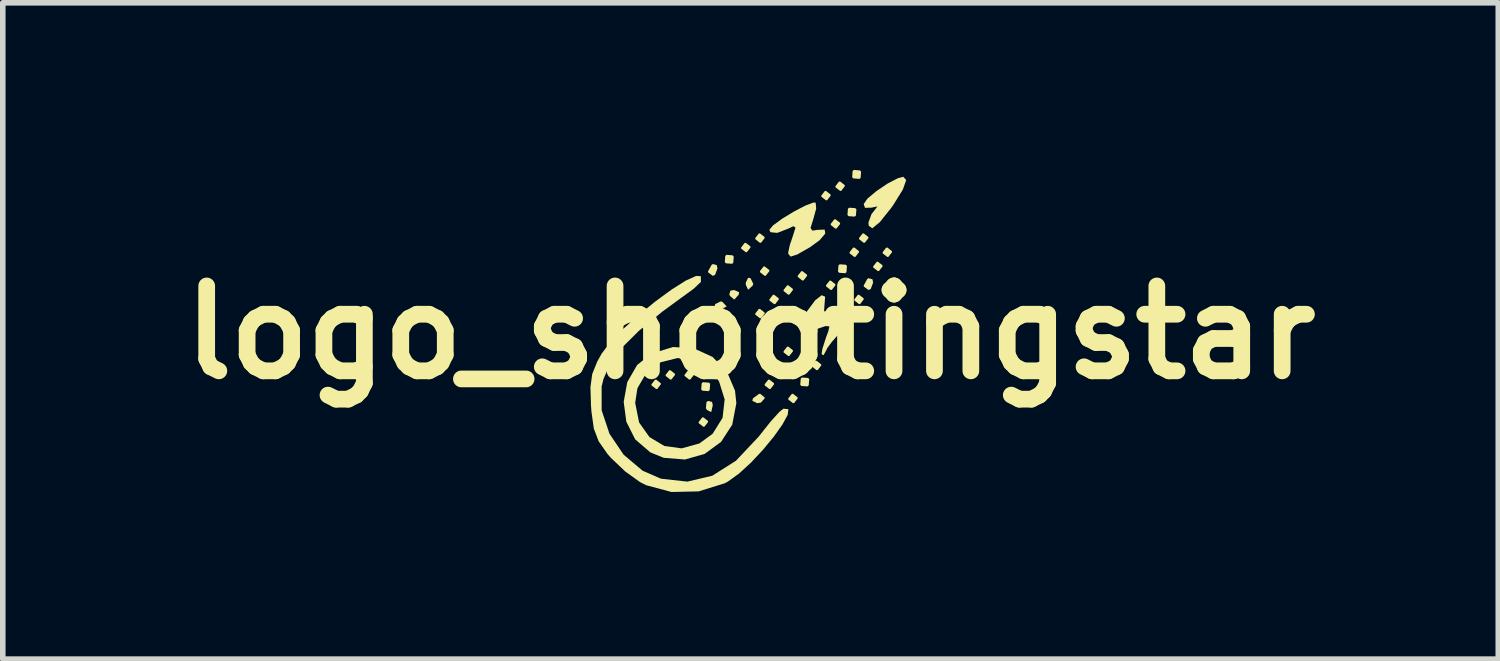
<source format=kicad_pcb>
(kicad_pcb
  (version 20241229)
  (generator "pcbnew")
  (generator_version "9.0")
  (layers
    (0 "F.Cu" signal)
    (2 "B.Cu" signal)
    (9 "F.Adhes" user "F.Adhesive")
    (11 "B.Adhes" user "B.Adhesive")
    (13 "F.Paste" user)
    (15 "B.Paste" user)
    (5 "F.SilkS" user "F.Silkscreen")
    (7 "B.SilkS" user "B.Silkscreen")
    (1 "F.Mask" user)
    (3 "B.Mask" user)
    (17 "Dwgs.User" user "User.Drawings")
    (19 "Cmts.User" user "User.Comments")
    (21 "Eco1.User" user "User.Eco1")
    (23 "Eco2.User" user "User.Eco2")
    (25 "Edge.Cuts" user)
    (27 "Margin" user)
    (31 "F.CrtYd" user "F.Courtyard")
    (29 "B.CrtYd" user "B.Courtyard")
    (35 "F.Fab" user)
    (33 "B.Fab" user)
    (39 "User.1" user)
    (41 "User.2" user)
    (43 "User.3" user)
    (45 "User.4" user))
  (footprint "logo_shootingstar"
    (layer "F.Cu")
    (at 10.421 2.917)
    (property "Reference" "logo_shootingstar" (at 0 0 0) (layer "F.SilkS") (effects (font (size 1.524 1.524) (thickness 0.3))))
    (attr board_only exclude_from_pos_files exclude_from_bom)
    (fp_poly (pts (xy -0.774 -0.362) (xy -0.762 -0.301) (xy -0.79 -0.179) (xy -0.863 -0.216) (xy -0.885 -0.248) (xy -0.875 -0.357) (xy -0.848 -0.38)) (stroke (width 0) (type solid)) (fill yes) (layer "F.SilkS"))
    (fp_poly (pts (xy -0.69 1.247) (xy -0.677 1.307) (xy -0.705 1.43) (xy -0.779 1.393) (xy -0.801 1.361) (xy -0.79 1.252) (xy -0.763 1.229)) (stroke (width 0) (type solid)) (fill yes) (layer "F.SilkS"))
    (fp_poly (pts (xy -0.502 -0.547) (xy -0.427 -0.465) (xy -0.513 -0.425) (xy -0.555 -0.423) (xy -0.643 -0.465) (xy -0.634 -0.509) (xy -0.533 -0.558)) (stroke (width 0) (type solid)) (fill yes) (layer "F.SilkS"))
    (fp_poly (pts (xy 0.001 -0.973) (xy 0.05 -0.871) (xy 0.039 -0.841) (xy -0.043 -0.766) (xy -0.083 -0.851) (xy -0.085 -0.894) (xy -0.043 -0.981)) (stroke (width 0) (type solid)) (fill yes) (layer "F.SilkS"))
    (fp_poly (pts (xy -1.611 0.911) (xy -1.609 0.931) (xy -1.673 1.014) (xy -1.693 1.016) (xy -1.776 0.952) (xy -1.778 0.931) (xy -1.714 0.849) (xy -1.693 0.847)) (stroke (width 0) (type solid)) (fill yes) (layer "F.SilkS"))
    (fp_poly (pts (xy -1.357 0.742) (xy -1.355 0.762) (xy -1.419 0.844) (xy -1.439 0.847) (xy -1.522 0.782) (xy -1.524 0.762) (xy -1.46 0.68) (xy -1.439 0.677)) (stroke (width 0) (type solid)) (fill yes) (layer "F.SilkS"))
    (fp_poly (pts (xy -1.018 -0.105) (xy -1.016 -0.085) (xy -1.08 -0.002) (xy -1.101 0) (xy -1.183 -0.064) (xy -1.185 -0.085) (xy -1.121 -0.167) (xy -1.101 -0.169)) (stroke (width 0) (type solid)) (fill yes) (layer "F.SilkS"))
    (fp_poly (pts (xy -1.018 0.742) (xy -1.016 0.762) (xy -1.08 0.844) (xy -1.101 0.847) (xy -1.183 0.782) (xy -1.185 0.762) (xy -1.121 0.68) (xy -1.101 0.677)) (stroke (width 0) (type solid)) (fill yes) (layer "F.SilkS"))
    (fp_poly (pts (xy -0.764 1.588) (xy -0.762 1.609) (xy -0.826 1.691) (xy -0.847 1.693) (xy -0.929 1.629) (xy -0.931 1.609) (xy -0.867 1.526) (xy -0.847 1.524)) (stroke (width 0) (type solid)) (fill yes) (layer "F.SilkS"))
    (fp_poly (pts (xy -0.743 0.902) (xy -0.724 0.924) (xy -0.733 1.035) (xy -0.755 1.054) (xy -0.865 1.045) (xy -0.885 1.023) (xy -0.876 0.913) (xy -0.854 0.893)) (stroke (width 0) (type solid)) (fill yes) (layer "F.SilkS"))
    (fp_poly (pts (xy -0.605 -1.208) (xy -0.593 -1.148) (xy -0.637 -1.032) (xy -0.677 -1.016) (xy -0.76 -1.077) (xy -0.762 -1.096) (xy -0.7 -1.21) (xy -0.677 -1.228)) (stroke (width 0) (type solid)) (fill yes) (layer "F.SilkS"))
    (fp_poly (pts (xy -0.32 -1.384) (xy -0.301 -1.362) (xy -0.309 -1.251) (xy -0.331 -1.232) (xy -0.442 -1.241) (xy -0.461 -1.263) (xy -0.453 -1.373) (xy -0.431 -1.393)) (stroke (width 0) (type solid)) (fill yes) (layer "F.SilkS"))
    (fp_poly (pts (xy -0.205 -0.722) (xy -0.212 -0.677) (xy -0.284 -0.597) (xy -0.296 -0.593) (xy -0.364 -0.652) (xy -0.381 -0.677) (xy -0.361 -0.749) (xy -0.296 -0.762)) (stroke (width 0) (type solid)) (fill yes) (layer "F.SilkS"))
    (fp_poly (pts (xy -0.002 -1.544) (xy 0 -1.524) (xy -0.064 -1.442) (xy -0.085 -1.439) (xy -0.167 -1.504) (xy -0.169 -1.524) (xy -0.105 -1.606) (xy -0.085 -1.609)) (stroke (width 0) (type solid)) (fill yes) (layer "F.SilkS"))
    (fp_poly (pts (xy 0.252 -1.714) (xy 0.254 -1.693) (xy 0.19 -1.611) (xy 0.169 -1.609) (xy 0.087 -1.673) (xy 0.085 -1.693) (xy 0.149 -1.776) (xy 0.169 -1.778)) (stroke (width 0) (type solid)) (fill yes) (layer "F.SilkS"))
    (fp_poly (pts (xy 0.252 -0.359) (xy 0.254 -0.339) (xy 0.19 -0.256) (xy 0.169 -0.254) (xy 0.087 -0.318) (xy 0.085 -0.339) (xy 0.149 -0.421) (xy 0.169 -0.423)) (stroke (width 0) (type solid)) (fill yes) (layer "F.SilkS"))
    (fp_poly (pts (xy 0.252 1.165) (xy 0.254 1.185) (xy 0.185 1.26) (xy 0.122 1.27) (xy 0.034 1.229) (xy 0.042 1.185) (xy 0.151 1.104) (xy 0.174 1.101)) (stroke (width 0) (type solid)) (fill yes) (layer "F.SilkS"))
    (fp_poly (pts (xy 0.336 -1.121) (xy 0.339 -1.101) (xy 0.274 -1.018) (xy 0.254 -1.016) (xy 0.172 -1.08) (xy 0.169 -1.101) (xy 0.234 -1.183) (xy 0.254 -1.185)) (stroke (width 0) (type solid)) (fill yes) (layer "F.SilkS"))
    (fp_poly (pts (xy 0.421 0.911) (xy 0.423 0.931) (xy 0.359 1.014) (xy 0.339 1.016) (xy 0.256 0.952) (xy 0.254 0.931) (xy 0.318 0.849) (xy 0.339 0.847)) (stroke (width 0) (type solid)) (fill yes) (layer "F.SilkS"))
    (fp_poly (pts (xy 0.506 -0.613) (xy 0.508 -0.593) (xy 0.444 -0.51) (xy 0.423 -0.508) (xy 0.341 -0.572) (xy 0.339 -0.593) (xy 0.403 -0.675) (xy 0.423 -0.677)) (stroke (width 0) (type solid)) (fill yes) (layer "F.SilkS"))
    (fp_poly (pts (xy 0.59 0.572) (xy 0.593 0.593) (xy 0.528 0.675) (xy 0.508 0.677) (xy 0.426 0.613) (xy 0.423 0.593) (xy 0.488 0.51) (xy 0.508 0.508)) (stroke (width 0) (type solid)) (fill yes) (layer "F.SilkS"))
    (fp_poly (pts (xy 0.76 -0.782) (xy 0.762 -0.762) (xy 0.698 -0.68) (xy 0.677 -0.677) (xy 0.595 -0.742) (xy 0.593 -0.762) (xy 0.657 -0.844) (xy 0.677 -0.847)) (stroke (width 0) (type solid)) (fill yes) (layer "F.SilkS"))
    (fp_poly (pts (xy 0.76 0.318) (xy 0.762 0.339) (xy 0.698 0.421) (xy 0.677 0.423) (xy 0.595 0.359) (xy 0.593 0.339) (xy 0.657 0.256) (xy 0.677 0.254)) (stroke (width 0) (type solid)) (fill yes) (layer "F.SilkS"))
    (fp_poly (pts (xy 0.844 1.165) (xy 0.847 1.185) (xy 0.782 1.268) (xy 0.762 1.27) (xy 0.68 1.206) (xy 0.677 1.185) (xy 0.742 1.103) (xy 0.762 1.101)) (stroke (width 0) (type solid)) (fill yes) (layer "F.SilkS"))
    (fp_poly (pts (xy 1.014 -1.036) (xy 1.016 -1.016) (xy 0.952 -0.934) (xy 0.931 -0.931) (xy 0.849 -0.996) (xy 0.847 -1.016) (xy 0.911 -1.098) (xy 0.931 -1.101)) (stroke (width 0) (type solid)) (fill yes) (layer "F.SilkS"))
    (fp_poly (pts (xy 1.035 0.817) (xy 1.054 0.839) (xy 1.045 0.95) (xy 1.023 0.969) (xy 0.913 0.961) (xy 0.893 0.939) (xy 0.902 0.828) (xy 0.924 0.809)) (stroke (width 0) (type solid)) (fill yes) (layer "F.SilkS"))
    (fp_poly (pts (xy 1.268 0.572) (xy 1.27 0.593) (xy 1.206 0.675) (xy 1.185 0.677) (xy 1.103 0.613) (xy 1.101 0.593) (xy 1.165 0.51) (xy 1.185 0.508)) (stroke (width 0) (type solid)) (fill yes) (layer "F.SilkS"))
    (fp_poly (pts (xy 1.437 -2.476) (xy 1.439 -2.455) (xy 1.375 -2.373) (xy 1.355 -2.371) (xy 1.272 -2.435) (xy 1.27 -2.455) (xy 1.334 -2.538) (xy 1.355 -2.54)) (stroke (width 0) (type solid)) (fill yes) (layer "F.SilkS"))
    (fp_poly (pts (xy 1.522 -0.867) (xy 1.524 -0.847) (xy 1.46 -0.764) (xy 1.439 -0.762) (xy 1.357 -0.826) (xy 1.355 -0.847) (xy 1.419 -0.929) (xy 1.439 -0.931)) (stroke (width 0) (type solid)) (fill yes) (layer "F.SilkS"))
    (fp_poly (pts (xy 1.606 -1.968) (xy 1.609 -1.947) (xy 1.544 -1.865) (xy 1.524 -1.863) (xy 1.442 -1.927) (xy 1.439 -1.947) (xy 1.504 -2.03) (xy 1.524 -2.032)) (stroke (width 0) (type solid)) (fill yes) (layer "F.SilkS"))
    (fp_poly (pts (xy 1.691 -2.645) (xy 1.693 -2.625) (xy 1.629 -2.542) (xy 1.609 -2.54) (xy 1.526 -2.604) (xy 1.524 -2.625) (xy 1.588 -2.707) (xy 1.609 -2.709)) (stroke (width 0) (type solid)) (fill yes) (layer "F.SilkS"))
    (fp_poly (pts (xy 1.712 -1.215) (xy 1.731 -1.193) (xy 1.723 -1.082) (xy 1.701 -1.063) (xy 1.59 -1.071) (xy 1.571 -1.093) (xy 1.579 -1.204) (xy 1.601 -1.223)) (stroke (width 0) (type solid)) (fill yes) (layer "F.SilkS"))
    (fp_poly (pts (xy 1.881 -2.231) (xy 1.901 -2.209) (xy 1.892 -2.098) (xy 1.87 -2.079) (xy 1.759 -2.087) (xy 1.74 -2.109) (xy 1.749 -2.22) (xy 1.771 -2.239)) (stroke (width 0) (type solid)) (fill yes) (layer "F.SilkS"))
    (fp_poly (pts (xy 1.945 -1.46) (xy 1.947 -1.439) (xy 1.883 -1.357) (xy 1.863 -1.355) (xy 1.78 -1.419) (xy 1.778 -1.439) (xy 1.842 -1.522) (xy 1.863 -1.524)) (stroke (width 0) (type solid)) (fill yes) (layer "F.SilkS"))
    (fp_poly (pts (xy 1.966 -2.908) (xy 1.985 -2.886) (xy 1.977 -2.775) (xy 1.955 -2.756) (xy 1.844 -2.765) (xy 1.825 -2.787) (xy 1.833 -2.897) (xy 1.855 -2.917)) (stroke (width 0) (type solid)) (fill yes) (layer "F.SilkS"))
    (fp_poly (pts (xy 2.03 -0.613) (xy 2.032 -0.593) (xy 1.968 -0.51) (xy 1.947 -0.508) (xy 1.865 -0.572) (xy 1.863 -0.593) (xy 1.927 -0.675) (xy 1.947 -0.677)) (stroke (width 0) (type solid)) (fill yes) (layer "F.SilkS"))
    (fp_poly (pts (xy 2.114 -1.714) (xy 2.117 -1.693) (xy 2.052 -1.611) (xy 2.032 -1.609) (xy 1.95 -1.673) (xy 1.947 -1.693) (xy 2.012 -1.776) (xy 2.032 -1.778)) (stroke (width 0) (type solid)) (fill yes) (layer "F.SilkS"))
    (fp_poly (pts (xy 2.189 -0.954) (xy 2.201 -0.894) (xy 2.157 -0.778) (xy 2.117 -0.762) (xy 2.034 -0.823) (xy 2.032 -0.842) (xy 2.094 -0.956) (xy 2.117 -0.974)) (stroke (width 0) (type solid)) (fill yes) (layer "F.SilkS"))
    (fp_poly (pts (xy 2.368 -1.206) (xy 2.371 -1.185) (xy 2.306 -1.103) (xy 2.286 -1.101) (xy 2.204 -1.165) (xy 2.201 -1.185) (xy 2.266 -1.268) (xy 2.286 -1.27)) (stroke (width 0) (type solid)) (fill yes) (layer "F.SilkS"))
    (fp_poly (pts (xy 2.538 -1.46) (xy 2.54 -1.439) (xy 2.476 -1.357) (xy 2.455 -1.355) (xy 2.373 -1.419) (xy 2.371 -1.439) (xy 2.435 -1.522) (xy 2.455 -1.524)) (stroke (width 0) (type solid)) (fill yes) (layer "F.SilkS"))
    (fp_poly (pts (xy 2.795 -2.735) (xy 2.734 -2.564) (xy 2.565 -2.291) (xy 2.526 -2.236) (xy 2.32 -1.978) (xy 2.186 -1.87) (xy 2.122 -1.915) (xy 2.117 -1.973) (xy 2.172 -2.125) (xy 2.223 -2.189) (xy 2.278 -2.262) (xy 2.195 -2.245) (xy 2.18 -2.24) (xy 2.055 -2.237) (xy 2.032 -2.304) (xy 2.098 -2.401) (xy 2.26 -2.537) (xy 2.462 -2.673) (xy 2.649 -2.77) (xy 2.742 -2.794)) (stroke (width 0) (type solid)) (fill yes) (layer "F.SilkS"))
    (fp_poly (pts (xy 1.17 -2.329) (xy 1.179 -2.223) (xy 1.129 -2.04) (xy 1.078 -1.876) (xy 1.111 -1.827) (xy 1.197 -1.841) (xy 1.331 -1.846) (xy 1.342 -1.775) (xy 1.239 -1.654) (xy 1.07 -1.531) (xy 0.841 -1.4) (xy 0.72 -1.361) (xy 0.679 -1.409) (xy 0.677 -1.434) (xy 0.705 -1.566) (xy 0.761 -1.732) (xy 0.808 -1.882) (xy 0.77 -1.907) (xy 0.682 -1.865) (xy 0.48 -1.787) (xy 0.358 -1.799) (xy 0.339 -1.842) (xy 0.405 -1.922) (xy 0.568 -2.041) (xy 0.778 -2.169) (xy 0.983 -2.276) (xy 1.131 -2.332)) (stroke (width 0) (type solid)) (fill yes) (layer "F.SilkS"))
    (fp_poly (pts (xy 1.34 -0.642) (xy 1.329 -0.505) (xy 1.32 -0.381) (xy 1.416 -0.373) (xy 1.468 -0.387) (xy 1.68 -0.444) (xy 1.785 -0.44) (xy 1.833 -0.375) (xy 1.834 -0.372) (xy 1.802 -0.258) (xy 1.682 -0.083) (xy 1.616 -0.008) (xy 1.463 0.166) (xy 1.375 0.285) (xy 1.366 0.308) (xy 1.317 0.399) (xy 1.307 0.409) (xy 1.276 0.389) (xy 1.29 0.296) (xy 1.359 0.079) (xy 1.395 -0.017) (xy 1.417 -0.107) (xy 1.349 -0.115) (xy 1.196 -0.063) (xy 0.975 -0.005) (xy 0.884 -0.051) (xy 0.919 -0.206) (xy 1.013 -0.377) (xy 1.161 -0.577) (xy 1.278 -0.668)) (stroke (width 0) (type solid)) (fill yes) (layer "F.SilkS"))
    (fp_poly (pts (xy -1.015 0.287) (xy -0.682 0.439) (xy -0.426 0.697) (xy -0.278 1.045) (xy -0.254 1.27) (xy -0.328 1.656) (xy -0.529 1.965) (xy -0.823 2.18) (xy -1.177 2.281) (xy -1.559 2.25) (xy -1.798 2.153) (xy -2.07 1.919) (xy -2.229 1.602) (xy -2.274 1.263) (xy -2.07 1.263) (xy -2 1.615) (xy -1.814 1.878) (xy -1.547 2.038) (xy -1.236 2.081) (xy -0.916 1.992) (xy -0.679 1.818) (xy -0.501 1.532) (xy -0.464 1.202) (xy -0.565 0.878) (xy -0.7 0.7) (xy -0.992 0.51) (xy -1.309 0.46) (xy -1.612 0.535) (xy -1.865 0.72) (xy -2.029 1) (xy -2.07 1.263) (xy -2.274 1.263) (xy -2.276 1.246) (xy -2.212 0.892) (xy -2.035 0.585) (xy -1.781 0.382) (xy -1.392 0.262)) (stroke (width 0) (type solid)) (fill yes) (layer "F.SilkS"))
    (fp_poly (pts (xy -0.892 -1.01) (xy -0.89 -0.907) (xy -1.019 -0.785) (xy -1.578 -0.377) (xy -2.003 -0.029) (xy -2.311 0.277) (xy -2.517 0.558) (xy -2.638 0.833) (xy -2.672 0.97) (xy -2.672 1.397) (xy -2.531 1.819) (xy -2.278 2.194) (xy -1.936 2.482) (xy -1.608 2.625) (xy -1.133 2.678) (xy -0.686 2.572) (xy -0.261 2.303) (xy 0.149 1.868) (xy 0.187 1.819) (xy 0.367 1.593) (xy 0.516 1.429) (xy 0.591 1.369) (xy 0.68 1.377) (xy 0.668 1.478) (xy 0.575 1.65) (xy 0.422 1.866) (xy 0.228 2.102) (xy 0.012 2.333) (xy -0.206 2.533) (xy -0.407 2.678) (xy -0.461 2.707) (xy -0.93 2.853) (xy -1.419 2.864) (xy -1.873 2.742) (xy -1.982 2.687) (xy -2.248 2.496) (xy -2.507 2.25) (xy -2.57 2.177) (xy -2.725 1.955) (xy -2.812 1.727) (xy -2.855 1.421) (xy -2.863 1.312) (xy -2.873 0.984) (xy -2.841 0.747) (xy -2.752 0.525) (xy -2.67 0.378) (xy -2.519 0.179) (xy -2.29 -0.058) (xy -2.01 -0.31) (xy -1.709 -0.555) (xy -1.417 -0.769) (xy -1.162 -0.93) (xy -0.976 -1.014)) (stroke (width 0) (type solid)) (fill yes) (layer "F.SilkS")))
  (gr_rect
    (start -3 -3)
    (end 23.843 8.781)
    (stroke (width 0.1) (type default))
    (fill no)
    (layer "Edge.Cuts")))
</source>
